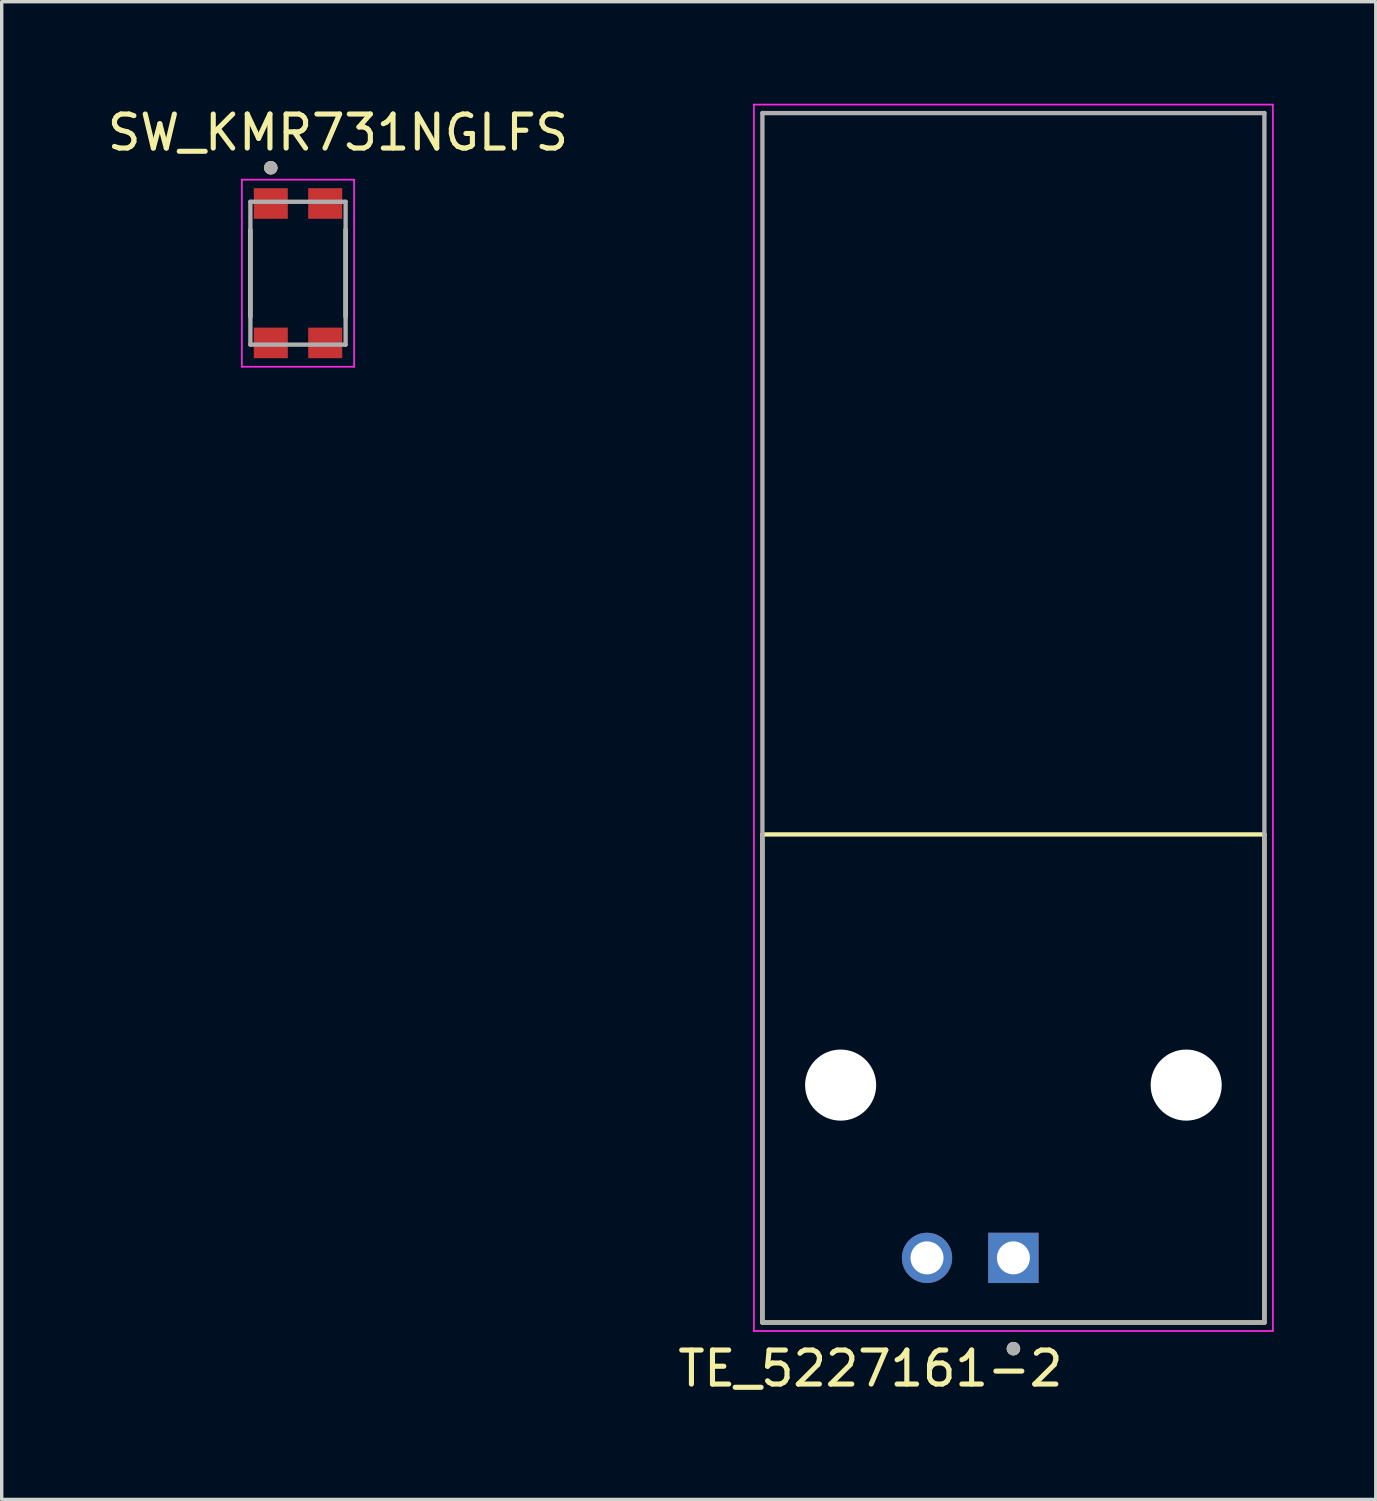
<source format=kicad_pcb>
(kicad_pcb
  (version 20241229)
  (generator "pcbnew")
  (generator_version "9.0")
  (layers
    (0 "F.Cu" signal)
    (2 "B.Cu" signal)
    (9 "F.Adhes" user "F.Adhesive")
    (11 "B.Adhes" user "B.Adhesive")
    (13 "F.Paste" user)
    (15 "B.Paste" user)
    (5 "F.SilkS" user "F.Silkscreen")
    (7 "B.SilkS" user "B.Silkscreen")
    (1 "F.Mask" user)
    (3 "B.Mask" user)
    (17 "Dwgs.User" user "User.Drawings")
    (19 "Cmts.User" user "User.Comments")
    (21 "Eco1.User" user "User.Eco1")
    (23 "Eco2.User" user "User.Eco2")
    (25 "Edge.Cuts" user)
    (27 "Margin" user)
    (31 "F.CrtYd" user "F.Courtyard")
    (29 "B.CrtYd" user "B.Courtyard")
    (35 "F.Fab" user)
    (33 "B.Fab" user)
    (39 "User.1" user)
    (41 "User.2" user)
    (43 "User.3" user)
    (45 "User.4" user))
  (footprint "TE_5227161-2"
    (layer "F.Cu")
    (at 26.747 28.855)
    (property "Reference" "TE_5227161-2" (at -4.205 8.335 0) (layer "F.SilkS") (effects (font (size 1 1) (thickness 0.15))))
    (attr through_hole)
    (fp_line (start -7.38 -7.37) (end 7.38 -7.37) (stroke (width 0.127) (type solid)) (layer "F.SilkS"))
    (fp_line (start -7.38 6.98) (end -7.38 -7.37) (stroke (width 0.127) (type solid)) (layer "F.SilkS"))
    (fp_line (start 7.38 -7.37) (end 7.38 6.98) (stroke (width 0.127) (type solid)) (layer "F.SilkS"))
    (fp_line (start 7.38 6.98) (end -7.38 6.98) (stroke (width 0.127) (type solid)) (layer "F.SilkS"))
    (fp_circle (center 0 7.75) (end 0.1 7.75) (stroke (width 0.2) (type solid)) (fill no) (layer "F.SilkS"))
    (fp_line (start -7.63 -28.83) (end 7.63 -28.83) (stroke (width 0.05) (type solid)) (layer "F.CrtYd"))
    (fp_line (start -7.63 7.23) (end -7.63 -28.83) (stroke (width 0.05) (type solid)) (layer "F.CrtYd"))
    (fp_line (start 7.63 -28.83) (end 7.63 7.23) (stroke (width 0.05) (type solid)) (layer "F.CrtYd"))
    (fp_line (start 7.63 7.23) (end -7.63 7.23) (stroke (width 0.05) (type solid)) (layer "F.CrtYd"))
    (fp_line (start -7.38 -28.58) (end 7.38 -28.58) (stroke (width 0.127) (type solid)) (layer "F.Fab"))
    (fp_line (start -7.38 6.98) (end -7.38 -28.58) (stroke (width 0.127) (type solid)) (layer "F.Fab"))
    (fp_line (start 7.38 -28.58) (end 7.38 6.98) (stroke (width 0.127) (type solid)) (layer "F.Fab"))
    (fp_line (start 7.38 6.98) (end -7.38 6.98) (stroke (width 0.127) (type solid)) (layer "F.Fab"))
    (fp_circle (center 0 7.75) (end 0.1 7.75) (stroke (width 0.2) (type solid)) (fill no) (layer "F.Fab"))
    (pad "" np_thru_hole circle (at -5.08 0) (size 2.09 2.09) (drill 2.09) (layers "*.Cu" "*.Mask"))
    (pad "" np_thru_hole circle (at 5.08 0) (size 2.09 2.09) (drill 2.09) (layers "*.Cu" "*.Mask"))
    (pad "G" thru_hole circle (at -2.54 5.08) (size 1.478 1.478) (drill 0.97) (layers "*.Cu" "*.Mask"))
    (pad "S" thru_hole rect (at 0 5.08) (size 1.478 1.478) (drill 0.97) (layers "*.Cu" "*.Mask")))
  (footprint "SW_KMR731NGLFS"
    (layer "F.Cu")
    (at 5.712 4.983)
    (property "Reference" "SW_KMR731NGLFS" (at 1.175 -4.135 0) (layer "F.SilkS") (effects (font (size 1 1) (thickness 0.15))))
    (attr smd)
    (fp_line (start -1.4 1.28) (end -1.4 -1.28) (stroke (width 0.127) (type solid)) (layer "F.SilkS"))
    (fp_line (start 1.4 -1.28) (end 1.4 1.28) (stroke (width 0.127) (type solid)) (layer "F.SilkS"))
    (fp_circle (center -0.8 -3.1) (end -0.7 -3.1) (stroke (width 0.2) (type solid)) (fill no) (layer "F.SilkS"))
    (fp_line (start -1.65 -2.75) (end 1.65 -2.75) (stroke (width 0.05) (type solid)) (layer "F.CrtYd"))
    (fp_line (start -1.65 2.75) (end -1.65 -2.75) (stroke (width 0.05) (type solid)) (layer "F.CrtYd"))
    (fp_line (start 1.65 -2.75) (end 1.65 2.75) (stroke (width 0.05) (type solid)) (layer "F.CrtYd"))
    (fp_line (start 1.65 2.75) (end -1.65 2.75) (stroke (width 0.05) (type solid)) (layer "F.CrtYd"))
    (fp_line (start -1.4 -2.1) (end 1.4 -2.1) (stroke (width 0.127) (type solid)) (layer "F.Fab"))
    (fp_line (start -1.4 2.1) (end -1.4 -2.1) (stroke (width 0.127) (type solid)) (layer "F.Fab"))
    (fp_line (start 1.4 -2.1) (end 1.4 2.1) (stroke (width 0.127) (type solid)) (layer "F.Fab"))
    (fp_line (start 1.4 2.1) (end -1.4 2.1) (stroke (width 0.127) (type solid)) (layer "F.Fab"))
    (fp_circle (center -0.8 -3.1) (end -0.7 -3.1) (stroke (width 0.2) (type solid)) (fill no) (layer "F.Fab"))
    (pad "1" smd rect (at -0.8 -2.05) (size 1 0.9) (layers "F.Cu" "F.Mask" "F.Paste"))
    (pad "2" smd rect (at -0.8 2.05) (size 1 0.9) (layers "F.Cu" "F.Mask" "F.Paste"))
    (pad "3" smd rect (at 0.8 2.05) (size 1 0.9) (layers "F.Cu" "F.Mask" "F.Paste"))
    (pad "4" smd rect (at 0.8 -2.05) (size 1 0.9) (layers "F.Cu" "F.Mask" "F.Paste")))
  (gr_rect
    (start -3 -3)
    (end 37.402 41.038)
    (stroke (width 0.1) (type default))
    (fill no)
    (layer "Edge.Cuts")))
</source>
